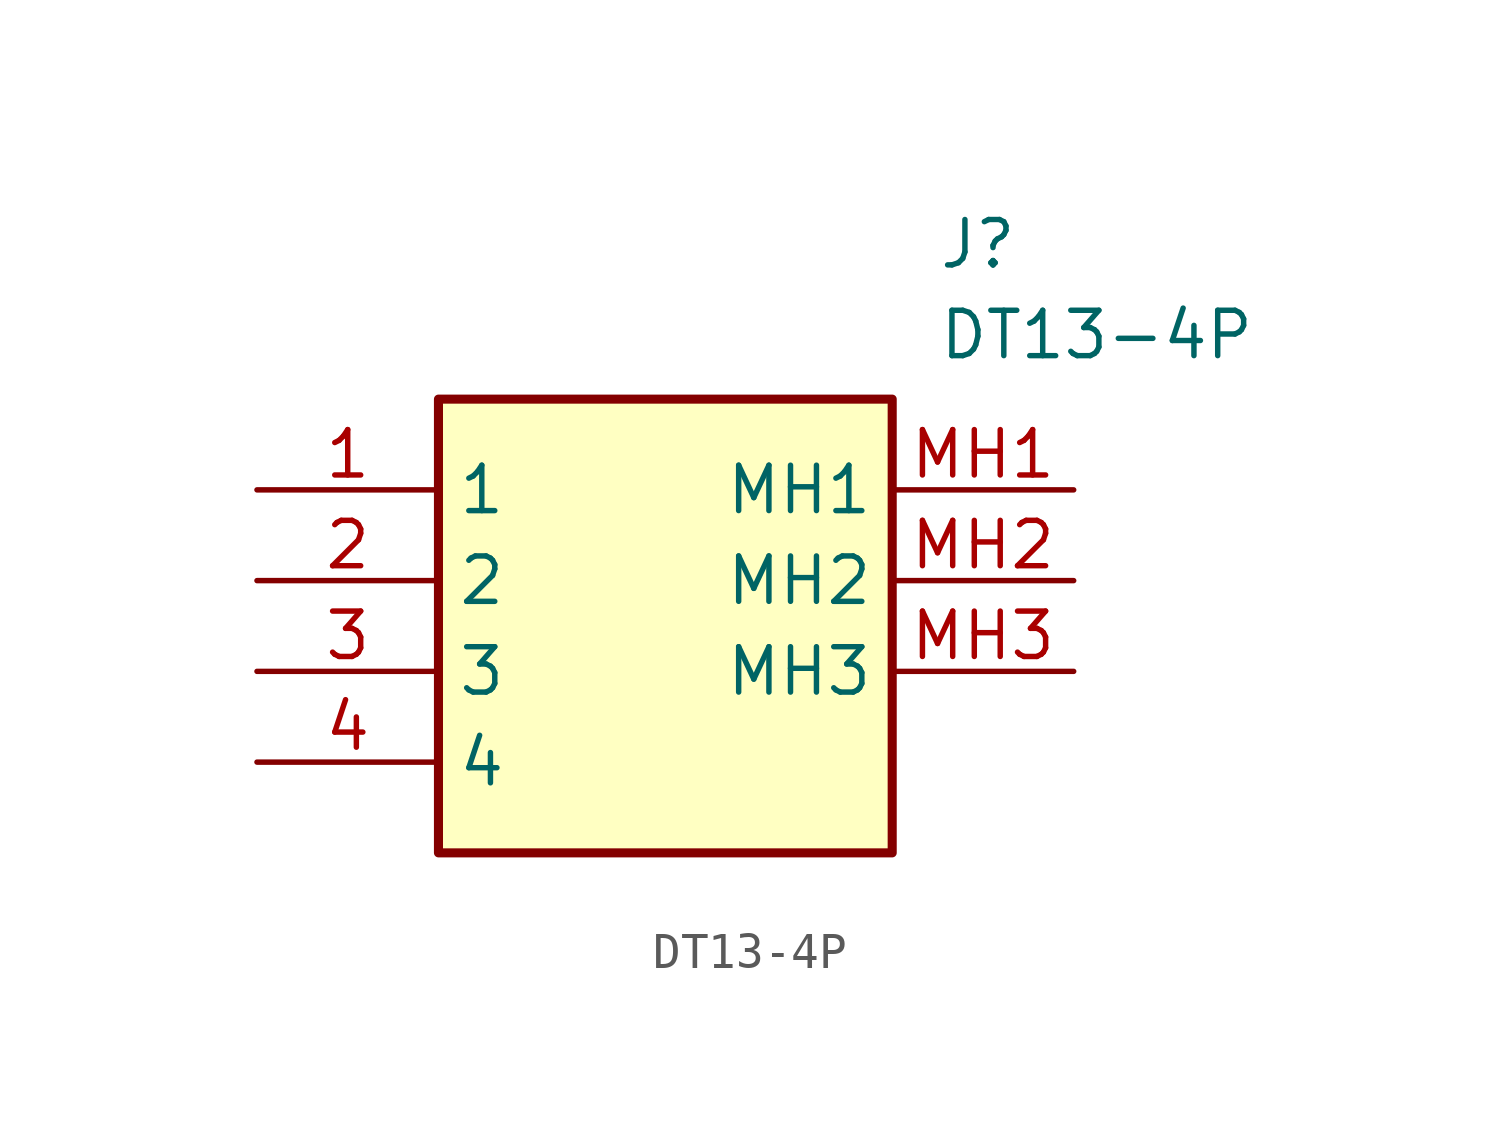
<source format=kicad_sym>
(kicad_symbol_lib
  (version 20211014)
  (generator SamacSys_ECAD_Model)
  (symbol "DT13-4P"
    (property "Reference" "J"
      (at 19.05 7.62 0)
      (effects (font (size 1.27 1.27)) (justify left top)))
    (property "Value" "DT13-4P"
      (at 19.05 5.08 0)
      (effects (font (size 1.27 1.27)) (justify left top)))
    (rectangle
      (start 5.08 2.54)
      (end 17.78 -10.16)
      (stroke (width 0.254) (type default))
      (fill (type background)))
    (pin passive line
      (at 0 0 0)
      (length 5.08)
      (name "1" (effects (font (size 1.27 1.27))))
      (number "1" (effects (font (size 1.27 1.27)))))
    (pin passive line
      (at 0 -2.54 0)
      (length 5.08)
      (name "2" (effects (font (size 1.27 1.27))))
      (number "2" (effects (font (size 1.27 1.27)))))
    (pin passive line
      (at 0 -5.08 0)
      (length 5.08)
      (name "3" (effects (font (size 1.27 1.27))))
      (number "3" (effects (font (size 1.27 1.27)))))
    (pin passive line
      (at 0 -7.62 0)
      (length 5.08)
      (name "4" (effects (font (size 1.27 1.27))))
      (number "4" (effects (font (size 1.27 1.27)))))
    (pin passive line
      (at 22.86 0 180)
      (length 5.08)
      (name "MH1" (effects (font (size 1.27 1.27))))
      (number "MH1" (effects (font (size 1.27 1.27)))))
    (pin passive line
      (at 22.86 -2.54 180)
      (length 5.08)
      (name "MH2" (effects (font (size 1.27 1.27))))
      (number "MH2" (effects (font (size 1.27 1.27)))))
    (pin passive line
      (at 22.86 -5.08 180)
      (length 5.08)
      (name "MH3" (effects (font (size 1.27 1.27))))
      (number "MH3" (effects (font (size 1.27 1.27)))))))
</source>
